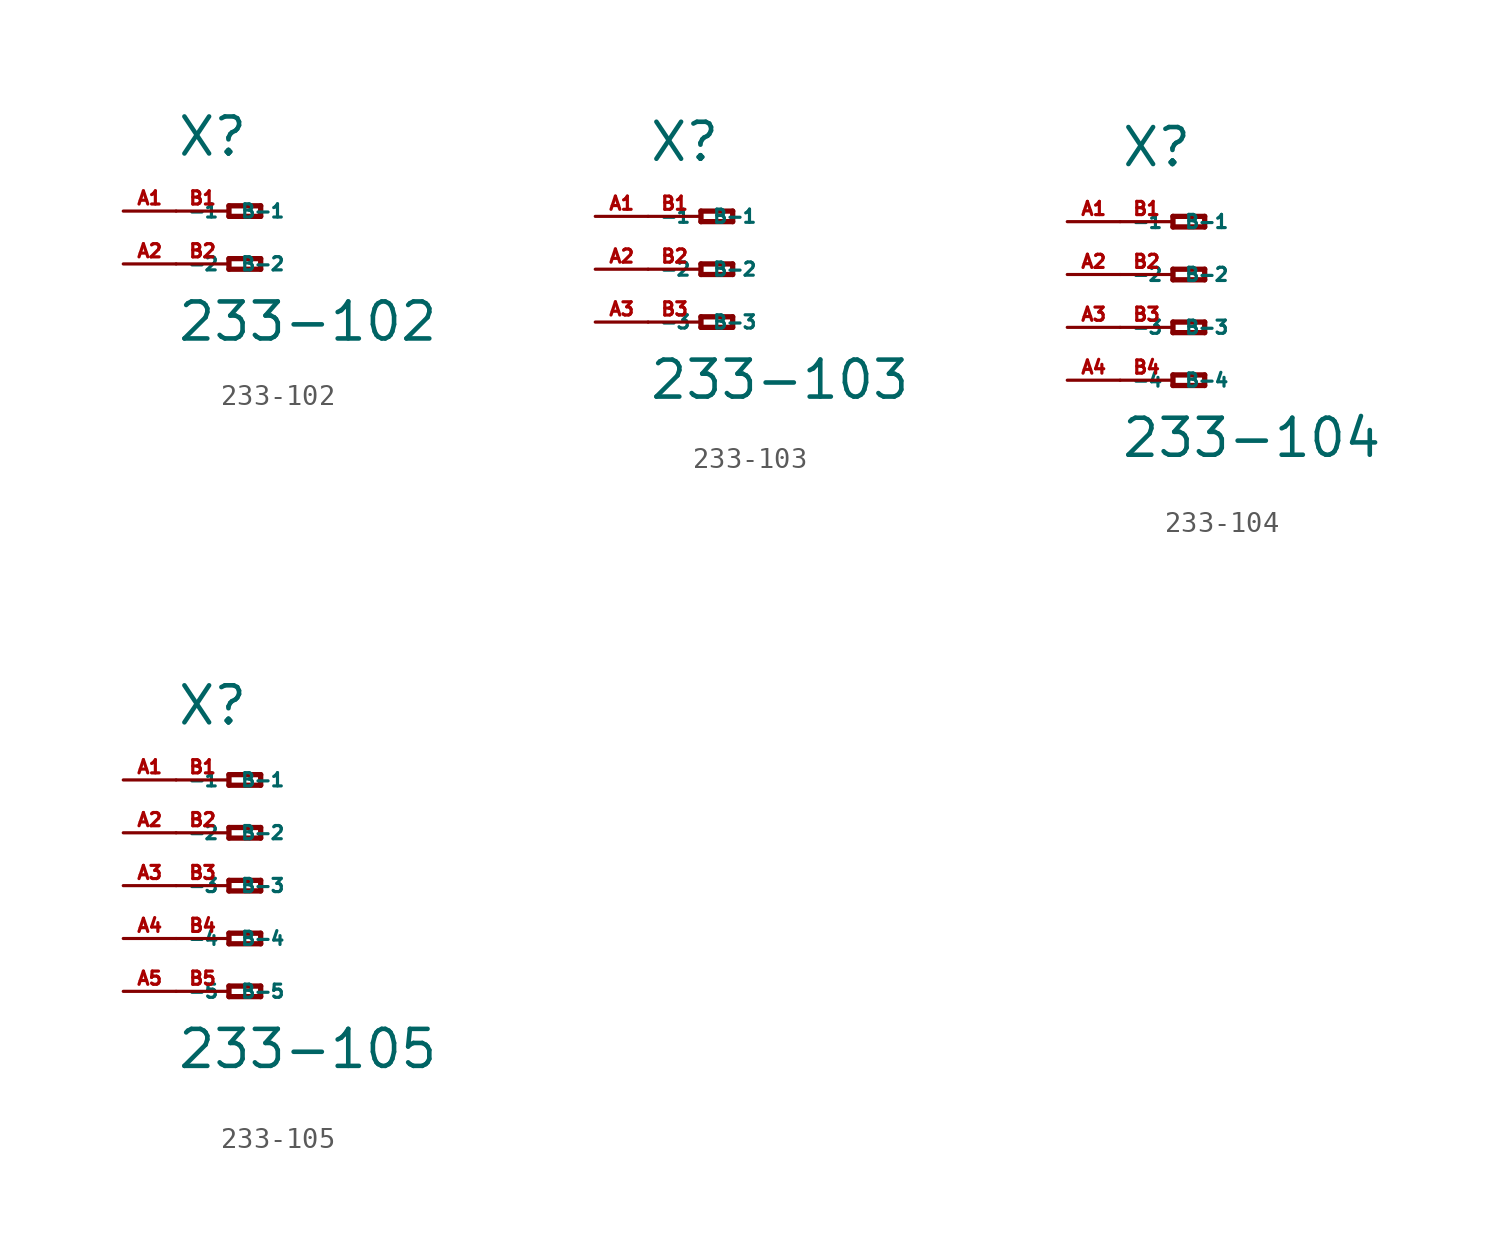
<source format=kicad_sym>
(kicad_symbol_lib
  (version 20220914)
  (generator Eagle2Kicad)
  (symbol "233-102"
    (property "Reference" "X"
      (at -5.08 2.54 0)
      (effects (font (size 1.778 1.778) (thickness 0.22)) (justify left bottom)))
    (property "Value" "233-102"
      (at -5.08 -6.35 0)
      (effects (font (size 1.778 1.778) (thickness 0.22)) (justify left bottom)))
    (polyline
      (pts (xy -2.54 0.254) (xy -2.54 -0.254))
      (stroke (width 0.254) (type default))
      (fill (type none)))
    (polyline
      (pts (xy -2.54 -0.254) (xy -1.016 -0.254))
      (stroke (width 0.254) (type default))
      (fill (type none)))
    (polyline
      (pts (xy -1.016 -0.254) (xy -1.016 0.254))
      (stroke (width 0.254) (type default))
      (fill (type none)))
    (polyline
      (pts (xy -1.016 0.254) (xy -2.54 0.254))
      (stroke (width 0.254) (type default))
      (fill (type none)))
    (polyline
      (pts (xy -2.54 -2.286) (xy -2.54 -2.794))
      (stroke (width 0.254) (type default))
      (fill (type none)))
    (polyline
      (pts (xy -2.54 -2.794) (xy -1.016 -2.794))
      (stroke (width 0.254) (type default))
      (fill (type none)))
    (polyline
      (pts (xy -1.016 -2.794) (xy -1.016 -2.286))
      (stroke (width 0.254) (type default))
      (fill (type none)))
    (polyline
      (pts (xy -1.016 -2.286) (xy -2.54 -2.286))
      (stroke (width 0.254) (type default))
      (fill (type none)))
    (pin passive line
      (at -7.62 0 0)
      (length 2.54)
      (name "-1" (effects (font (size 0.635 0.635) (thickness 0.08)) (justify left bottom)))
      (number "A1" (effects (font (size 0.635 0.635) (thickness 0.08)) (justify left bottom))))
    (pin passive line
      (at -7.62 -2.54 0)
      (length 2.54)
      (name "-2" (effects (font (size 0.635 0.635) (thickness 0.08)) (justify left bottom)))
      (number "A2" (effects (font (size 0.635 0.635) (thickness 0.08)) (justify left bottom))))
    (pin passive line
      (at -5.08 -2.54 0)
      (length 2.54)
      (name "B-2" (effects (font (size 0.635 0.635) (thickness 0.08)) (justify left bottom)))
      (number "B2" (effects (font (size 0.635 0.635) (thickness 0.08)) (justify left bottom))))
    (pin passive line
      (at -5.08 0 0)
      (length 2.54)
      (name "B-1" (effects (font (size 0.635 0.635) (thickness 0.08)) (justify left bottom)))
      (number "B1" (effects (font (size 0.635 0.635) (thickness 0.08)) (justify left bottom)))))
  (symbol "233-103"
    (property "Reference" "X"
      (at -5.08 5.08 0)
      (effects (font (size 1.778 1.778) (thickness 0.22)) (justify left bottom)))
    (property "Value" "233-103"
      (at -5.08 -6.35 0)
      (effects (font (size 1.778 1.778) (thickness 0.22)) (justify left bottom)))
    (polyline
      (pts (xy -2.54 2.794) (xy -2.54 2.286))
      (stroke (width 0.254) (type default))
      (fill (type none)))
    (polyline
      (pts (xy -2.54 2.286) (xy -1.016 2.286))
      (stroke (width 0.254) (type default))
      (fill (type none)))
    (polyline
      (pts (xy -1.016 2.286) (xy -1.016 2.794))
      (stroke (width 0.254) (type default))
      (fill (type none)))
    (polyline
      (pts (xy -1.016 2.794) (xy -2.54 2.794))
      (stroke (width 0.254) (type default))
      (fill (type none)))
    (polyline
      (pts (xy -2.54 0.254) (xy -2.54 -0.254))
      (stroke (width 0.254) (type default))
      (fill (type none)))
    (polyline
      (pts (xy -2.54 -0.254) (xy -1.016 -0.254))
      (stroke (width 0.254) (type default))
      (fill (type none)))
    (polyline
      (pts (xy -1.016 -0.254) (xy -1.016 0.254))
      (stroke (width 0.254) (type default))
      (fill (type none)))
    (polyline
      (pts (xy -1.016 0.254) (xy -2.54 0.254))
      (stroke (width 0.254) (type default))
      (fill (type none)))
    (polyline
      (pts (xy -2.54 -2.286) (xy -2.54 -2.794))
      (stroke (width 0.254) (type default))
      (fill (type none)))
    (polyline
      (pts (xy -2.54 -2.794) (xy -1.016 -2.794))
      (stroke (width 0.254) (type default))
      (fill (type none)))
    (polyline
      (pts (xy -1.016 -2.794) (xy -1.016 -2.286))
      (stroke (width 0.254) (type default))
      (fill (type none)))
    (polyline
      (pts (xy -1.016 -2.286) (xy -2.54 -2.286))
      (stroke (width 0.254) (type default))
      (fill (type none)))
    (pin passive line
      (at -7.62 2.54 0)
      (length 2.54)
      (name "-1" (effects (font (size 0.635 0.635) (thickness 0.08)) (justify left bottom)))
      (number "A1" (effects (font (size 0.635 0.635) (thickness 0.08)) (justify left bottom))))
    (pin passive line
      (at -7.62 0 0)
      (length 2.54)
      (name "-2" (effects (font (size 0.635 0.635) (thickness 0.08)) (justify left bottom)))
      (number "A2" (effects (font (size 0.635 0.635) (thickness 0.08)) (justify left bottom))))
    (pin passive line
      (at -7.62 -2.54 0)
      (length 2.54)
      (name "-3" (effects (font (size 0.635 0.635) (thickness 0.08)) (justify left bottom)))
      (number "A3" (effects (font (size 0.635 0.635) (thickness 0.08)) (justify left bottom))))
    (pin passive line
      (at -5.08 -2.54 0)
      (length 2.54)
      (name "B-3" (effects (font (size 0.635 0.635) (thickness 0.08)) (justify left bottom)))
      (number "B3" (effects (font (size 0.635 0.635) (thickness 0.08)) (justify left bottom))))
    (pin passive line
      (at -5.08 2.54 0)
      (length 2.54)
      (name "B-1" (effects (font (size 0.635 0.635) (thickness 0.08)) (justify left bottom)))
      (number "B1" (effects (font (size 0.635 0.635) (thickness 0.08)) (justify left bottom))))
    (pin passive line
      (at -5.08 0 0)
      (length 2.54)
      (name "B-2" (effects (font (size 0.635 0.635) (thickness 0.08)) (justify left bottom)))
      (number "B2" (effects (font (size 0.635 0.635) (thickness 0.08)) (justify left bottom)))))
  (symbol "233-104"
    (property "Reference" "X"
      (at -5.08 5.08 0)
      (effects (font (size 1.778 1.778) (thickness 0.22)) (justify left bottom)))
    (property "Value" "233-104"
      (at -5.08 -8.89 0)
      (effects (font (size 1.778 1.778) (thickness 0.22)) (justify left bottom)))
    (polyline
      (pts (xy -2.54 2.794) (xy -2.54 2.286))
      (stroke (width 0.254) (type default))
      (fill (type none)))
    (polyline
      (pts (xy -2.54 2.286) (xy -1.016 2.286))
      (stroke (width 0.254) (type default))
      (fill (type none)))
    (polyline
      (pts (xy -1.016 2.286) (xy -1.016 2.794))
      (stroke (width 0.254) (type default))
      (fill (type none)))
    (polyline
      (pts (xy -1.016 2.794) (xy -2.54 2.794))
      (stroke (width 0.254) (type default))
      (fill (type none)))
    (polyline
      (pts (xy -2.54 0.254) (xy -2.54 -0.254))
      (stroke (width 0.254) (type default))
      (fill (type none)))
    (polyline
      (pts (xy -2.54 -0.254) (xy -1.016 -0.254))
      (stroke (width 0.254) (type default))
      (fill (type none)))
    (polyline
      (pts (xy -1.016 -0.254) (xy -1.016 0.254))
      (stroke (width 0.254) (type default))
      (fill (type none)))
    (polyline
      (pts (xy -1.016 0.254) (xy -2.54 0.254))
      (stroke (width 0.254) (type default))
      (fill (type none)))
    (polyline
      (pts (xy -2.54 -2.286) (xy -2.54 -2.794))
      (stroke (width 0.254) (type default))
      (fill (type none)))
    (polyline
      (pts (xy -2.54 -2.794) (xy -1.016 -2.794))
      (stroke (width 0.254) (type default))
      (fill (type none)))
    (polyline
      (pts (xy -1.016 -2.794) (xy -1.016 -2.286))
      (stroke (width 0.254) (type default))
      (fill (type none)))
    (polyline
      (pts (xy -1.016 -2.286) (xy -2.54 -2.286))
      (stroke (width 0.254) (type default))
      (fill (type none)))
    (polyline
      (pts (xy -2.54 -4.826) (xy -2.54 -5.334))
      (stroke (width 0.254) (type default))
      (fill (type none)))
    (polyline
      (pts (xy -2.54 -5.334) (xy -1.016 -5.334))
      (stroke (width 0.254) (type default))
      (fill (type none)))
    (polyline
      (pts (xy -1.016 -5.334) (xy -1.016 -4.826))
      (stroke (width 0.254) (type default))
      (fill (type none)))
    (polyline
      (pts (xy -1.016 -4.826) (xy -2.54 -4.826))
      (stroke (width 0.254) (type default))
      (fill (type none)))
    (pin passive line
      (at -7.62 2.54 0)
      (length 2.54)
      (name "-1" (effects (font (size 0.635 0.635) (thickness 0.08)) (justify left bottom)))
      (number "A1" (effects (font (size 0.635 0.635) (thickness 0.08)) (justify left bottom))))
    (pin passive line
      (at -7.62 0 0)
      (length 2.54)
      (name "-2" (effects (font (size 0.635 0.635) (thickness 0.08)) (justify left bottom)))
      (number "A2" (effects (font (size 0.635 0.635) (thickness 0.08)) (justify left bottom))))
    (pin passive line
      (at -7.62 -2.54 0)
      (length 2.54)
      (name "-3" (effects (font (size 0.635 0.635) (thickness 0.08)) (justify left bottom)))
      (number "A3" (effects (font (size 0.635 0.635) (thickness 0.08)) (justify left bottom))))
    (pin passive line
      (at -7.62 -5.08 0)
      (length 2.54)
      (name "-4" (effects (font (size 0.635 0.635) (thickness 0.08)) (justify left bottom)))
      (number "A4" (effects (font (size 0.635 0.635) (thickness 0.08)) (justify left bottom))))
    (pin passive line
      (at -5.08 -5.08 0)
      (length 2.54)
      (name "B-4" (effects (font (size 0.635 0.635) (thickness 0.08)) (justify left bottom)))
      (number "B4" (effects (font (size 0.635 0.635) (thickness 0.08)) (justify left bottom))))
    (pin passive line
      (at -5.08 2.54 0)
      (length 2.54)
      (name "B-1" (effects (font (size 0.635 0.635) (thickness 0.08)) (justify left bottom)))
      (number "B1" (effects (font (size 0.635 0.635) (thickness 0.08)) (justify left bottom))))
    (pin passive line
      (at -5.08 0 0)
      (length 2.54)
      (name "B-2" (effects (font (size 0.635 0.635) (thickness 0.08)) (justify left bottom)))
      (number "B2" (effects (font (size 0.635 0.635) (thickness 0.08)) (justify left bottom))))
    (pin passive line
      (at -5.08 -2.54 0)
      (length 2.54)
      (name "B-3" (effects (font (size 0.635 0.635) (thickness 0.08)) (justify left bottom)))
      (number "B3" (effects (font (size 0.635 0.635) (thickness 0.08)) (justify left bottom)))))
  (symbol "233-105"
    (property "Reference" "X"
      (at -5.08 7.62 0)
      (effects (font (size 1.778 1.778) (thickness 0.22)) (justify left bottom)))
    (property "Value" "233-105"
      (at -5.08 -8.89 0)
      (effects (font (size 1.778 1.778) (thickness 0.22)) (justify left bottom)))
    (polyline
      (pts (xy -2.54 5.334) (xy -2.54 4.826))
      (stroke (width 0.254) (type default))
      (fill (type none)))
    (polyline
      (pts (xy -2.54 4.826) (xy -1.016 4.826))
      (stroke (width 0.254) (type default))
      (fill (type none)))
    (polyline
      (pts (xy -1.016 4.826) (xy -1.016 5.334))
      (stroke (width 0.254) (type default))
      (fill (type none)))
    (polyline
      (pts (xy -1.016 5.334) (xy -2.54 5.334))
      (stroke (width 0.254) (type default))
      (fill (type none)))
    (polyline
      (pts (xy -2.54 2.794) (xy -2.54 2.286))
      (stroke (width 0.254) (type default))
      (fill (type none)))
    (polyline
      (pts (xy -2.54 2.286) (xy -1.016 2.286))
      (stroke (width 0.254) (type default))
      (fill (type none)))
    (polyline
      (pts (xy -1.016 2.286) (xy -1.016 2.794))
      (stroke (width 0.254) (type default))
      (fill (type none)))
    (polyline
      (pts (xy -1.016 2.794) (xy -2.54 2.794))
      (stroke (width 0.254) (type default))
      (fill (type none)))
    (polyline
      (pts (xy -2.54 0.254) (xy -2.54 -0.254))
      (stroke (width 0.254) (type default))
      (fill (type none)))
    (polyline
      (pts (xy -2.54 -0.254) (xy -1.016 -0.254))
      (stroke (width 0.254) (type default))
      (fill (type none)))
    (polyline
      (pts (xy -1.016 -0.254) (xy -1.016 0.254))
      (stroke (width 0.254) (type default))
      (fill (type none)))
    (polyline
      (pts (xy -1.016 0.254) (xy -2.54 0.254))
      (stroke (width 0.254) (type default))
      (fill (type none)))
    (polyline
      (pts (xy -2.54 -2.286) (xy -2.54 -2.794))
      (stroke (width 0.254) (type default))
      (fill (type none)))
    (polyline
      (pts (xy -2.54 -2.794) (xy -1.016 -2.794))
      (stroke (width 0.254) (type default))
      (fill (type none)))
    (polyline
      (pts (xy -1.016 -2.794) (xy -1.016 -2.286))
      (stroke (width 0.254) (type default))
      (fill (type none)))
    (polyline
      (pts (xy -1.016 -2.286) (xy -2.54 -2.286))
      (stroke (width 0.254) (type default))
      (fill (type none)))
    (polyline
      (pts (xy -2.54 -4.826) (xy -2.54 -5.334))
      (stroke (width 0.254) (type default))
      (fill (type none)))
    (polyline
      (pts (xy -2.54 -5.334) (xy -1.016 -5.334))
      (stroke (width 0.254) (type default))
      (fill (type none)))
    (polyline
      (pts (xy -1.016 -5.334) (xy -1.016 -4.826))
      (stroke (width 0.254) (type default))
      (fill (type none)))
    (polyline
      (pts (xy -1.016 -4.826) (xy -2.54 -4.826))
      (stroke (width 0.254) (type default))
      (fill (type none)))
    (pin passive line
      (at -7.62 5.08 0)
      (length 2.54)
      (name "-1" (effects (font (size 0.635 0.635) (thickness 0.08)) (justify left bottom)))
      (number "A1" (effects (font (size 0.635 0.635) (thickness 0.08)) (justify left bottom))))
    (pin passive line
      (at -7.62 2.54 0)
      (length 2.54)
      (name "-2" (effects (font (size 0.635 0.635) (thickness 0.08)) (justify left bottom)))
      (number "A2" (effects (font (size 0.635 0.635) (thickness 0.08)) (justify left bottom))))
    (pin passive line
      (at -7.62 0 0)
      (length 2.54)
      (name "-3" (effects (font (size 0.635 0.635) (thickness 0.08)) (justify left bottom)))
      (number "A3" (effects (font (size 0.635 0.635) (thickness 0.08)) (justify left bottom))))
    (pin passive line
      (at -7.62 -2.54 0)
      (length 2.54)
      (name "-4" (effects (font (size 0.635 0.635) (thickness 0.08)) (justify left bottom)))
      (number "A4" (effects (font (size 0.635 0.635) (thickness 0.08)) (justify left bottom))))
    (pin passive line
      (at -7.62 -5.08 0)
      (length 2.54)
      (name "-5" (effects (font (size 0.635 0.635) (thickness 0.08)) (justify left bottom)))
      (number "A5" (effects (font (size 0.635 0.635) (thickness 0.08)) (justify left bottom))))
    (pin passive line
      (at -5.08 -5.08 0)
      (length 2.54)
      (name "B-5" (effects (font (size 0.635 0.635) (thickness 0.08)) (justify left bottom)))
      (number "B5" (effects (font (size 0.635 0.635) (thickness 0.08)) (justify left bottom))))
    (pin passive line
      (at -5.08 5.08 0)
      (length 2.54)
      (name "B-1" (effects (font (size 0.635 0.635) (thickness 0.08)) (justify left bottom)))
      (number "B1" (effects (font (size 0.635 0.635) (thickness 0.08)) (justify left bottom))))
    (pin passive line
      (at -5.08 2.54 0)
      (length 2.54)
      (name "B-2" (effects (font (size 0.635 0.635) (thickness 0.08)) (justify left bottom)))
      (number "B2" (effects (font (size 0.635 0.635) (thickness 0.08)) (justify left bottom))))
    (pin passive line
      (at -5.08 0 0)
      (length 2.54)
      (name "B-3" (effects (font (size 0.635 0.635) (thickness 0.08)) (justify left bottom)))
      (number "B3" (effects (font (size 0.635 0.635) (thickness 0.08)) (justify left bottom))))
    (pin passive line
      (at -5.08 -2.54 0)
      (length 2.54)
      (name "B-4" (effects (font (size 0.635 0.635) (thickness 0.08)) (justify left bottom)))
      (number "B4" (effects (font (size 0.635 0.635) (thickness 0.08)) (justify left bottom))))))
</source>
